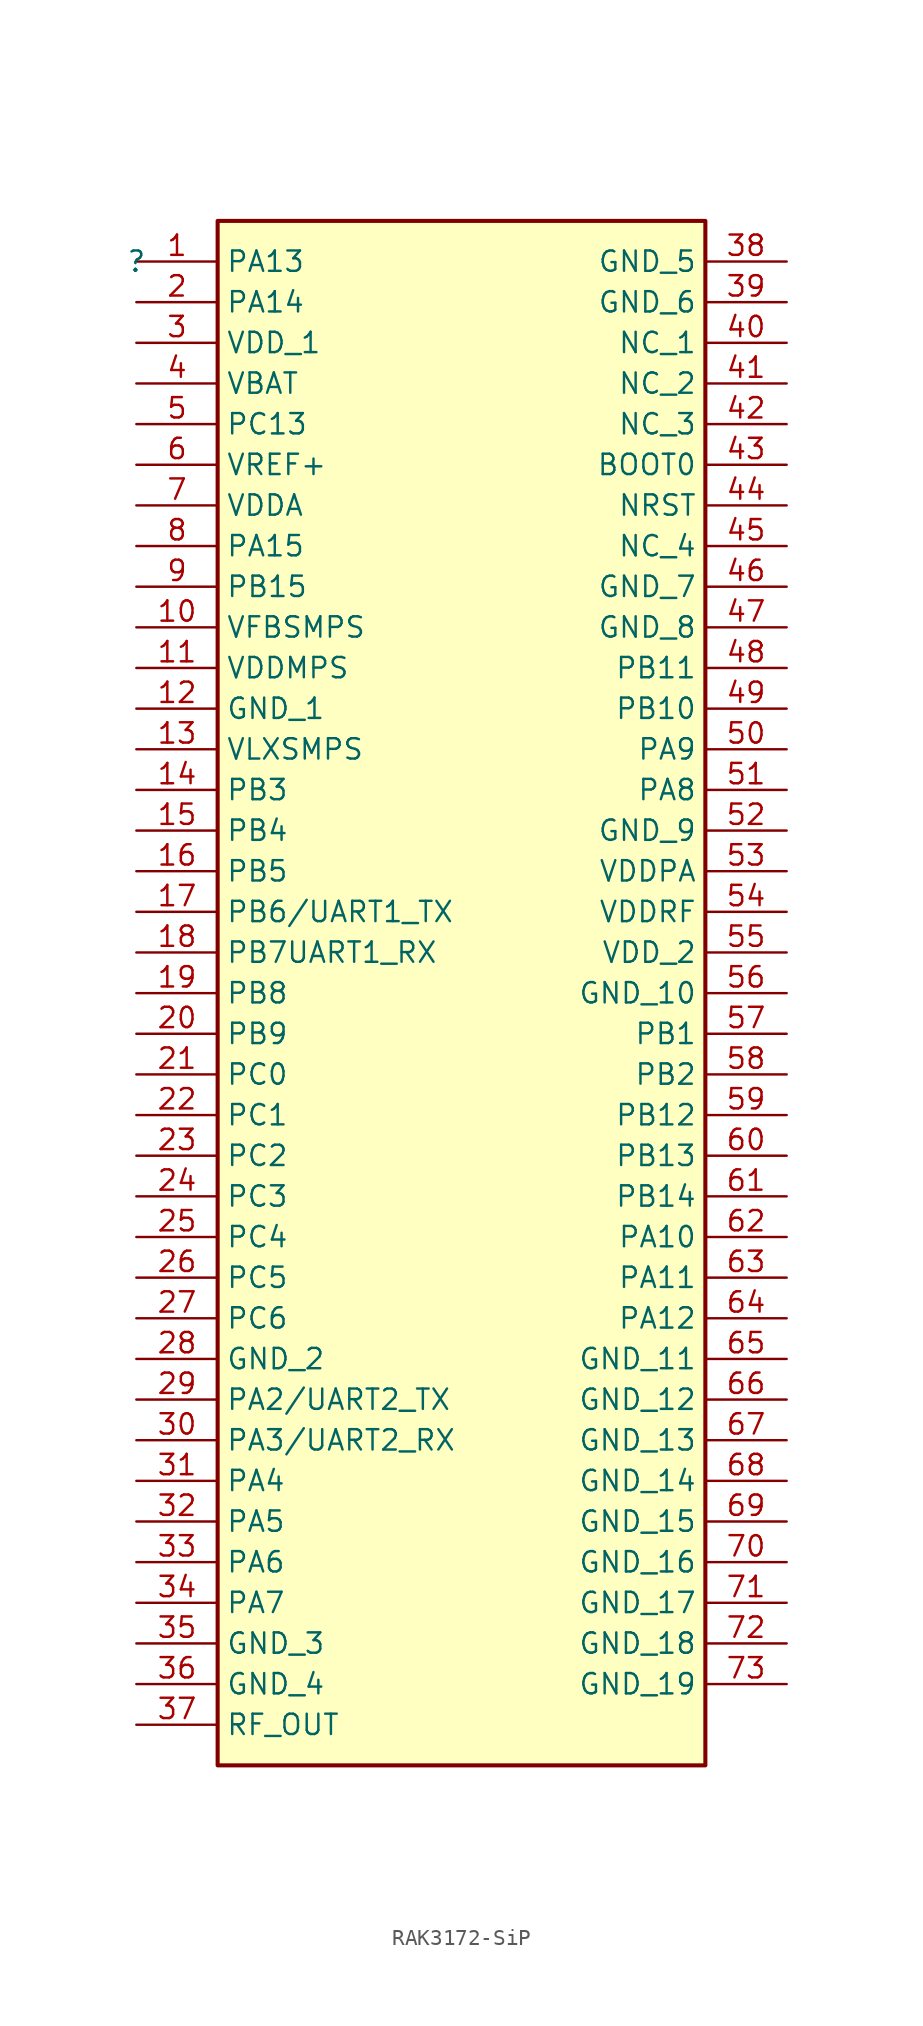
<source format=kicad_sym>
(kicad_symbol_lib
  (version 20231120)
  (generator "kicad_symbol_editor")
  (generator_version "8.0")
  (symbol "RAK3172-SiP"
    (property "Reference" ""
      (at 0 0 0)
      (effects (font (size 1.27 1.27))))
    (property "Value" ""
      (at 0 0 0)
      (effects (font (size 1.27 1.27))))
    (symbol "RAK3172-SiP_1_0"
      (rectangle (start 35.56 2.54) (end 5.08 -93.98) (stroke (width 0.254) (type solid) (color 128 0 0 1)) (fill (type background)))
      (pin passive line (at 0 0 0) (length 5.08) (name "PA13" (effects (font (size 1.27 1.27)))) (number "1" (effects (font (size 1.27 1.27)))))
      (pin passive line (at 0 -22.86 0) (length 5.08) (name "VFBSMPS" (effects (font (size 1.27 1.27)))) (number "10" (effects (font (size 1.27 1.27)))))
      (pin passive line (at 0 -25.4 0) (length 5.08) (name "VDDMPS" (effects (font (size 1.27 1.27)))) (number "11" (effects (font (size 1.27 1.27)))))
      (pin passive line (at 0 -27.94 0) (length 5.08) (name "GND_1" (effects (font (size 1.27 1.27)))) (number "12" (effects (font (size 1.27 1.27)))))
      (pin passive line (at 0 -30.48 0) (length 5.08) (name "VLXSMPS" (effects (font (size 1.27 1.27)))) (number "13" (effects (font (size 1.27 1.27)))))
      (pin passive line (at 0 -33.02 0) (length 5.08) (name "PB3" (effects (font (size 1.27 1.27)))) (number "14" (effects (font (size 1.27 1.27)))))
      (pin passive line (at 0 -35.56 0) (length 5.08) (name "PB4" (effects (font (size 1.27 1.27)))) (number "15" (effects (font (size 1.27 1.27)))))
      (pin passive line (at 0 -38.1 0) (length 5.08) (name "PB5" (effects (font (size 1.27 1.27)))) (number "16" (effects (font (size 1.27 1.27)))))
      (pin passive line (at 0 -40.64 0) (length 5.08) (name "PB6/UART1_TX" (effects (font (size 1.27 1.27)))) (number "17" (effects (font (size 1.27 1.27)))))
      (pin passive line (at 0 -43.18 0) (length 5.08) (name "PB7UART1_RX" (effects (font (size 1.27 1.27)))) (number "18" (effects (font (size 1.27 1.27)))))
      (pin passive line (at 0 -45.72 0) (length 5.08) (name "PB8" (effects (font (size 1.27 1.27)))) (number "19" (effects (font (size 1.27 1.27)))))
      (pin passive line (at 0 -2.54 0) (length 5.08) (name "PA14" (effects (font (size 1.27 1.27)))) (number "2" (effects (font (size 1.27 1.27)))))
      (pin passive line (at 0 -48.26 0) (length 5.08) (name "PB9" (effects (font (size 1.27 1.27)))) (number "20" (effects (font (size 1.27 1.27)))))
      (pin passive line (at 0 -50.8 0) (length 5.08) (name "PC0" (effects (font (size 1.27 1.27)))) (number "21" (effects (font (size 1.27 1.27)))))
      (pin passive line (at 0 -53.34 0) (length 5.08) (name "PC1" (effects (font (size 1.27 1.27)))) (number "22" (effects (font (size 1.27 1.27)))))
      (pin passive line (at 0 -55.88 0) (length 5.08) (name "PC2" (effects (font (size 1.27 1.27)))) (number "23" (effects (font (size 1.27 1.27)))))
      (pin passive line (at 0 -58.42 0) (length 5.08) (name "PC3" (effects (font (size 1.27 1.27)))) (number "24" (effects (font (size 1.27 1.27)))))
      (pin passive line (at 0 -60.96 0) (length 5.08) (name "PC4" (effects (font (size 1.27 1.27)))) (number "25" (effects (font (size 1.27 1.27)))))
      (pin passive line (at 0 -63.5 0) (length 5.08) (name "PC5" (effects (font (size 1.27 1.27)))) (number "26" (effects (font (size 1.27 1.27)))))
      (pin passive line (at 0 -66.04 0) (length 5.08) (name "PC6" (effects (font (size 1.27 1.27)))) (number "27" (effects (font (size 1.27 1.27)))))
      (pin passive line (at 0 -68.58 0) (length 5.08) (name "GND_2" (effects (font (size 1.27 1.27)))) (number "28" (effects (font (size 1.27 1.27)))))
      (pin passive line (at 0 -71.12 0) (length 5.08) (name "PA2/UART2_TX" (effects (font (size 1.27 1.27)))) (number "29" (effects (font (size 1.27 1.27)))))
      (pin passive line (at 0 -5.08 0) (length 5.08) (name "VDD_1" (effects (font (size 1.27 1.27)))) (number "3" (effects (font (size 1.27 1.27)))))
      (pin passive line (at 0 -73.66 0) (length 5.08) (name "PA3/UART2_RX" (effects (font (size 1.27 1.27)))) (number "30" (effects (font (size 1.27 1.27)))))
      (pin passive line (at 0 -76.2 0) (length 5.08) (name "PA4" (effects (font (size 1.27 1.27)))) (number "31" (effects (font (size 1.27 1.27)))))
      (pin passive line (at 0 -78.74 0) (length 5.08) (name "PA5" (effects (font (size 1.27 1.27)))) (number "32" (effects (font (size 1.27 1.27)))))
      (pin passive line (at 0 -81.28 0) (length 5.08) (name "PA6" (effects (font (size 1.27 1.27)))) (number "33" (effects (font (size 1.27 1.27)))))
      (pin passive line (at 0 -83.82 0) (length 5.08) (name "PA7" (effects (font (size 1.27 1.27)))) (number "34" (effects (font (size 1.27 1.27)))))
      (pin passive line (at 0 -86.36 0) (length 5.08) (name "GND_3" (effects (font (size 1.27 1.27)))) (number "35" (effects (font (size 1.27 1.27)))))
      (pin passive line (at 0 -88.9 0) (length 5.08) (name "GND_4" (effects (font (size 1.27 1.27)))) (number "36" (effects (font (size 1.27 1.27)))))
      (pin passive line (at 0 -91.44 0) (length 5.08) (name "RF_OUT" (effects (font (size 1.27 1.27)))) (number "37" (effects (font (size 1.27 1.27)))))
      (pin passive line (at 40.64 0 180) (length 5.08) (name "GND_5" (effects (font (size 1.27 1.27)))) (number "38" (effects (font (size 1.27 1.27)))))
      (pin passive line (at 40.64 -2.54 180) (length 5.08) (name "GND_6" (effects (font (size 1.27 1.27)))) (number "39" (effects (font (size 1.27 1.27)))))
      (pin passive line (at 0 -7.62 0) (length 5.08) (name "VBAT" (effects (font (size 1.27 1.27)))) (number "4" (effects (font (size 1.27 1.27)))))
      (pin passive line (at 40.64 -5.08 180) (length 5.08) (name "NC_1" (effects (font (size 1.27 1.27)))) (number "40" (effects (font (size 1.27 1.27)))))
      (pin passive line (at 40.64 -7.62 180) (length 5.08) (name "NC_2" (effects (font (size 1.27 1.27)))) (number "41" (effects (font (size 1.27 1.27)))))
      (pin passive line (at 40.64 -10.16 180) (length 5.08) (name "NC_3" (effects (font (size 1.27 1.27)))) (number "42" (effects (font (size 1.27 1.27)))))
      (pin passive line (at 40.64 -12.7 180) (length 5.08) (name "BOOT0" (effects (font (size 1.27 1.27)))) (number "43" (effects (font (size 1.27 1.27)))))
      (pin passive line (at 40.64 -15.24 180) (length 5.08) (name "NRST" (effects (font (size 1.27 1.27)))) (number "44" (effects (font (size 1.27 1.27)))))
      (pin passive line (at 40.64 -17.78 180) (length 5.08) (name "NC_4" (effects (font (size 1.27 1.27)))) (number "45" (effects (font (size 1.27 1.27)))))
      (pin passive line (at 40.64 -20.32 180) (length 5.08) (name "GND_7" (effects (font (size 1.27 1.27)))) (number "46" (effects (font (size 1.27 1.27)))))
      (pin passive line (at 40.64 -22.86 180) (length 5.08) (name "GND_8" (effects (font (size 1.27 1.27)))) (number "47" (effects (font (size 1.27 1.27)))))
      (pin passive line (at 40.64 -25.4 180) (length 5.08) (name "PB11" (effects (font (size 1.27 1.27)))) (number "48" (effects (font (size 1.27 1.27)))))
      (pin passive line (at 40.64 -27.94 180) (length 5.08) (name "PB10" (effects (font (size 1.27 1.27)))) (number "49" (effects (font (size 1.27 1.27)))))
      (pin passive line (at 0 -10.16 0) (length 5.08) (name "PC13" (effects (font (size 1.27 1.27)))) (number "5" (effects (font (size 1.27 1.27)))))
      (pin passive line (at 40.64 -30.48 180) (length 5.08) (name "PA9" (effects (font (size 1.27 1.27)))) (number "50" (effects (font (size 1.27 1.27)))))
      (pin passive line (at 40.64 -33.02 180) (length 5.08) (name "PA8" (effects (font (size 1.27 1.27)))) (number "51" (effects (font (size 1.27 1.27)))))
      (pin passive line (at 40.64 -35.56 180) (length 5.08) (name "GND_9" (effects (font (size 1.27 1.27)))) (number "52" (effects (font (size 1.27 1.27)))))
      (pin passive line (at 40.64 -38.1 180) (length 5.08) (name "VDDPA" (effects (font (size 1.27 1.27)))) (number "53" (effects (font (size 1.27 1.27)))))
      (pin passive line (at 40.64 -40.64 180) (length 5.08) (name "VDDRF" (effects (font (size 1.27 1.27)))) (number "54" (effects (font (size 1.27 1.27)))))
      (pin passive line (at 40.64 -43.18 180) (length 5.08) (name "VDD_2" (effects (font (size 1.27 1.27)))) (number "55" (effects (font (size 1.27 1.27)))))
      (pin passive line (at 40.64 -45.72 180) (length 5.08) (name "GND_10" (effects (font (size 1.27 1.27)))) (number "56" (effects (font (size 1.27 1.27)))))
      (pin passive line (at 40.64 -48.26 180) (length 5.08) (name "PB1" (effects (font (size 1.27 1.27)))) (number "57" (effects (font (size 1.27 1.27)))))
      (pin passive line (at 40.64 -50.8 180) (length 5.08) (name "PB2" (effects (font (size 1.27 1.27)))) (number "58" (effects (font (size 1.27 1.27)))))
      (pin passive line (at 40.64 -53.34 180) (length 5.08) (name "PB12" (effects (font (size 1.27 1.27)))) (number "59" (effects (font (size 1.27 1.27)))))
      (pin passive line (at 0 -12.7 0) (length 5.08) (name "VREF+" (effects (font (size 1.27 1.27)))) (number "6" (effects (font (size 1.27 1.27)))))
      (pin passive line (at 40.64 -55.88 180) (length 5.08) (name "PB13" (effects (font (size 1.27 1.27)))) (number "60" (effects (font (size 1.27 1.27)))))
      (pin passive line (at 40.64 -58.42 180) (length 5.08) (name "PB14" (effects (font (size 1.27 1.27)))) (number "61" (effects (font (size 1.27 1.27)))))
      (pin passive line (at 40.64 -60.96 180) (length 5.08) (name "PA10" (effects (font (size 1.27 1.27)))) (number "62" (effects (font (size 1.27 1.27)))))
      (pin passive line (at 40.64 -63.5 180) (length 5.08) (name "PA11" (effects (font (size 1.27 1.27)))) (number "63" (effects (font (size 1.27 1.27)))))
      (pin passive line (at 40.64 -66.04 180) (length 5.08) (name "PA12" (effects (font (size 1.27 1.27)))) (number "64" (effects (font (size 1.27 1.27)))))
      (pin passive line (at 40.64 -68.58 180) (length 5.08) (name "GND_11" (effects (font (size 1.27 1.27)))) (number "65" (effects (font (size 1.27 1.27)))))
      (pin passive line (at 40.64 -71.12 180) (length 5.08) (name "GND_12" (effects (font (size 1.27 1.27)))) (number "66" (effects (font (size 1.27 1.27)))))
      (pin passive line (at 40.64 -73.66 180) (length 5.08) (name "GND_13" (effects (font (size 1.27 1.27)))) (number "67" (effects (font (size 1.27 1.27)))))
      (pin passive line (at 40.64 -76.2 180) (length 5.08) (name "GND_14" (effects (font (size 1.27 1.27)))) (number "68" (effects (font (size 1.27 1.27)))))
      (pin passive line (at 40.64 -78.74 180) (length 5.08) (name "GND_15" (effects (font (size 1.27 1.27)))) (number "69" (effects (font (size 1.27 1.27)))))
      (pin passive line (at 0 -15.24 0) (length 5.08) (name "VDDA" (effects (font (size 1.27 1.27)))) (number "7" (effects (font (size 1.27 1.27)))))
      (pin passive line (at 40.64 -81.28 180) (length 5.08) (name "GND_16" (effects (font (size 1.27 1.27)))) (number "70" (effects (font (size 1.27 1.27)))))
      (pin passive line (at 40.64 -83.82 180) (length 5.08) (name "GND_17" (effects (font (size 1.27 1.27)))) (number "71" (effects (font (size 1.27 1.27)))))
      (pin passive line (at 40.64 -86.36 180) (length 5.08) (name "GND_18" (effects (font (size 1.27 1.27)))) (number "72" (effects (font (size 1.27 1.27)))))
      (pin passive line (at 40.64 -88.9 180) (length 5.08) (name "GND_19" (effects (font (size 1.27 1.27)))) (number "73" (effects (font (size 1.27 1.27)))))
      (pin passive line (at 0 -17.78 0) (length 5.08) (name "PA15" (effects (font (size 1.27 1.27)))) (number "8" (effects (font (size 1.27 1.27)))))
      (pin passive line (at 0 -20.32 0) (length 5.08) (name "PB15" (effects (font (size 1.27 1.27)))) (number "9" (effects (font (size 1.27 1.27))))))))
</source>
